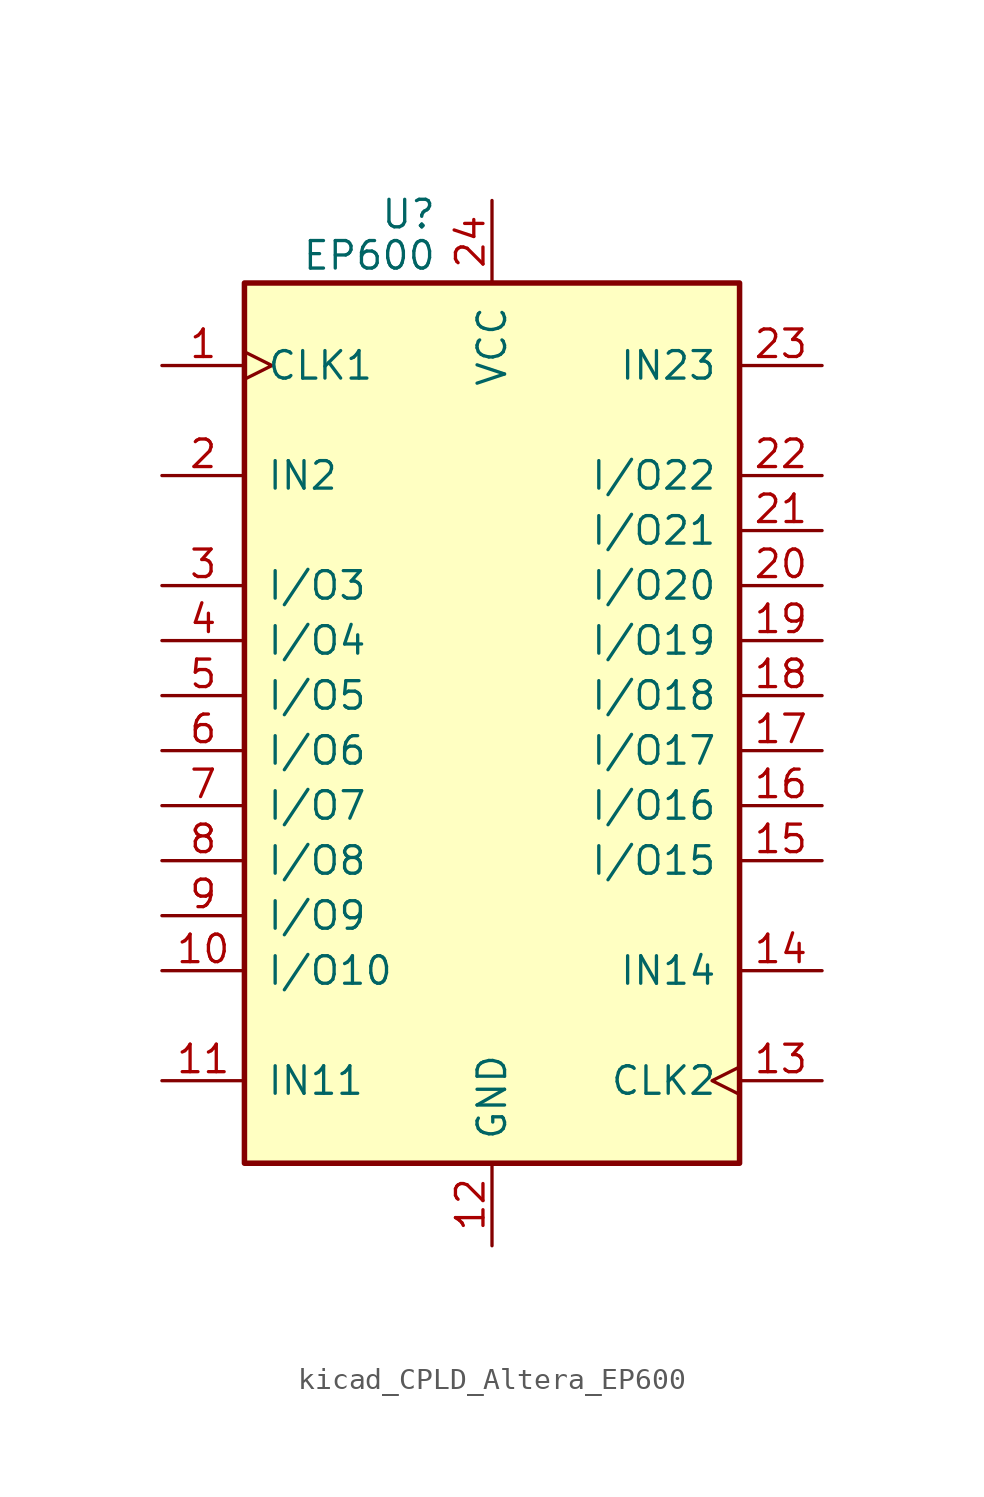
<source format=kicad_sym>
(kicad_symbol_lib
  (version 20220914)
  (generator kicad_symbol_editor)
  (symbol "kicad_CPLD_Altera_EP600"
    (pin_names
      (offset 1.016))
    (property "Reference" "U"
      (at -2.54 24.765 0)
      (effects (font (size 1.27 1.27)) (justify right)))
    (property "Value" "EP600"
      (at -2.54 22.86 0)
      (effects (font (size 1.27 1.27)) (justify right)))
    (symbol "kicad_CPLD_Altera_EP600_0_1"
      (rectangle (start -11.43 -19.05) (end 11.43 21.59) (stroke (width 0.254) (type default)) (fill (type background))))
    (symbol "kicad_CPLD_Altera_EP600_1_1"
      (pin input clock (at -15.24 17.78 0) (length 3.81) (name "CLK1" (effects (font (size 1.27 1.27)))) (number "1" (effects (font (size 1.27 1.27)))))
      (pin passive line (at -15.24 -10.16 0) (length 3.81) (name "I/O10" (effects (font (size 1.27 1.27)))) (number "10" (effects (font (size 1.27 1.27)))))
      (pin input line (at -15.24 -15.24 0) (length 3.81) (name "IN11" (effects (font (size 1.27 1.27)))) (number "11" (effects (font (size 1.27 1.27)))))
      (pin power_in line (at 0 -22.86 90) (length 3.81) (name "GND" (effects (font (size 1.27 1.27)))) (number "12" (effects (font (size 1.27 1.27)))))
      (pin input clock (at 15.24 -15.24 180) (length 3.81) (name "CLK2" (effects (font (size 1.27 1.27)))) (number "13" (effects (font (size 1.27 1.27)))))
      (pin input line (at 15.24 -10.16 180) (length 3.81) (name "IN14" (effects (font (size 1.27 1.27)))) (number "14" (effects (font (size 1.27 1.27)))))
      (pin passive line (at 15.24 -5.08 180) (length 3.81) (name "I/O15" (effects (font (size 1.27 1.27)))) (number "15" (effects (font (size 1.27 1.27)))))
      (pin passive line (at 15.24 -2.54 180) (length 3.81) (name "I/O16" (effects (font (size 1.27 1.27)))) (number "16" (effects (font (size 1.27 1.27)))))
      (pin passive line (at 15.24 0 180) (length 3.81) (name "I/O17" (effects (font (size 1.27 1.27)))) (number "17" (effects (font (size 1.27 1.27)))))
      (pin passive line (at 15.24 2.54 180) (length 3.81) (name "I/O18" (effects (font (size 1.27 1.27)))) (number "18" (effects (font (size 1.27 1.27)))))
      (pin passive line (at 15.24 5.08 180) (length 3.81) (name "I/O19" (effects (font (size 1.27 1.27)))) (number "19" (effects (font (size 1.27 1.27)))))
      (pin input line (at -15.24 12.7 0) (length 3.81) (name "IN2" (effects (font (size 1.27 1.27)))) (number "2" (effects (font (size 1.27 1.27)))))
      (pin passive line (at 15.24 7.62 180) (length 3.81) (name "I/O20" (effects (font (size 1.27 1.27)))) (number "20" (effects (font (size 1.27 1.27)))))
      (pin passive line (at 15.24 10.16 180) (length 3.81) (name "I/O21" (effects (font (size 1.27 1.27)))) (number "21" (effects (font (size 1.27 1.27)))))
      (pin passive line (at 15.24 12.7 180) (length 3.81) (name "I/O22" (effects (font (size 1.27 1.27)))) (number "22" (effects (font (size 1.27 1.27)))))
      (pin input line (at 15.24 17.78 180) (length 3.81) (name "IN23" (effects (font (size 1.27 1.27)))) (number "23" (effects (font (size 1.27 1.27)))))
      (pin power_in line (at 0 25.4 270) (length 3.81) (name "VCC" (effects (font (size 1.27 1.27)))) (number "24" (effects (font (size 1.27 1.27)))))
      (pin passive line (at -15.24 7.62 0) (length 3.81) (name "I/O3" (effects (font (size 1.27 1.27)))) (number "3" (effects (font (size 1.27 1.27)))))
      (pin passive line (at -15.24 5.08 0) (length 3.81) (name "I/O4" (effects (font (size 1.27 1.27)))) (number "4" (effects (font (size 1.27 1.27)))))
      (pin passive line (at -15.24 2.54 0) (length 3.81) (name "I/O5" (effects (font (size 1.27 1.27)))) (number "5" (effects (font (size 1.27 1.27)))))
      (pin passive line (at -15.24 0 0) (length 3.81) (name "I/O6" (effects (font (size 1.27 1.27)))) (number "6" (effects (font (size 1.27 1.27)))))
      (pin passive line (at -15.24 -2.54 0) (length 3.81) (name "I/O7" (effects (font (size 1.27 1.27)))) (number "7" (effects (font (size 1.27 1.27)))))
      (pin passive line (at -15.24 -5.08 0) (length 3.81) (name "I/O8" (effects (font (size 1.27 1.27)))) (number "8" (effects (font (size 1.27 1.27)))))
      (pin passive line (at -15.24 -7.62 0) (length 3.81) (name "I/O9" (effects (font (size 1.27 1.27)))) (number "9" (effects (font (size 1.27 1.27))))))))
</source>
